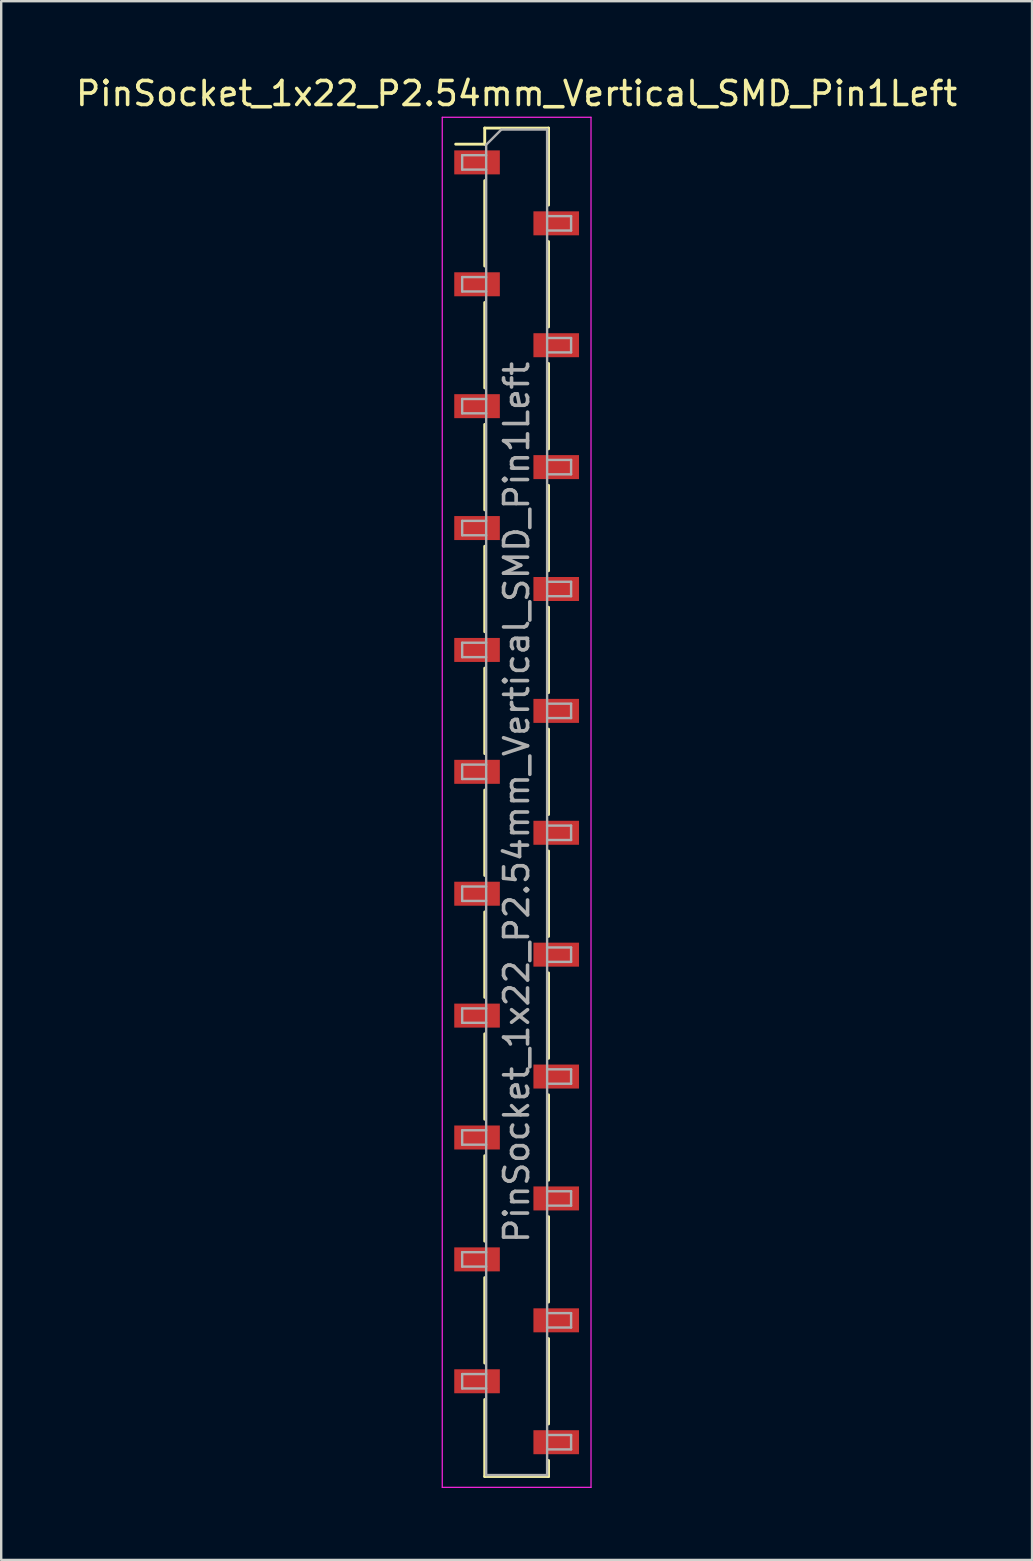
<source format=kicad_pcb>
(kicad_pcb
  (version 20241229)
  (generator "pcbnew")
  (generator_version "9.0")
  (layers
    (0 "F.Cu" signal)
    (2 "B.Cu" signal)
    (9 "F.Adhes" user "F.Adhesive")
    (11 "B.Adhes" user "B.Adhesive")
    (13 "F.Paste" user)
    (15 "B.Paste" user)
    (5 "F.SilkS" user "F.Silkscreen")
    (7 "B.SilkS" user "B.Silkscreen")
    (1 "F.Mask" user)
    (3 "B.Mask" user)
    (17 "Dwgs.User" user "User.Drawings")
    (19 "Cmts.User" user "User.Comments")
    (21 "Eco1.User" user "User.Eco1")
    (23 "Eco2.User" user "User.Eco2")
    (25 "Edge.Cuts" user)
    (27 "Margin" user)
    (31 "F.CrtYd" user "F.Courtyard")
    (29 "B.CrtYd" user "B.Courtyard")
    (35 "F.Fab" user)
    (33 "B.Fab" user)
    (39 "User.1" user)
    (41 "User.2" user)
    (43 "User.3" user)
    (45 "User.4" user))
  (footprint "PinSocket_1x22_P2.54mm_Vertical_SMD_Pin1Left"
    (layer "F.Cu")
    (at 18.482 30.388)
    (property "Reference" "PinSocket_1x22_P2.54mm_Vertical_SMD_Pin1Left" (at 0 -29.54 0) (layer "F.SilkS") (effects (font (size 1 1) (thickness 0.15))))
    (attr smd)
    (fp_line (start -2.54 -27.43) (end -1.33 -27.43) (stroke (width 0.12) (type solid)) (layer "F.SilkS"))
    (fp_line (start -1.33 -28.1) (end -1.33 -27.43) (stroke (width 0.12) (type solid)) (layer "F.SilkS"))
    (fp_line (start -1.33 -28.1) (end 1.33 -28.1) (stroke (width 0.12) (type solid)) (layer "F.SilkS"))
    (fp_line (start -1.33 -25.91) (end -1.33 -22.35) (stroke (width 0.12) (type solid)) (layer "F.SilkS"))
    (fp_line (start -1.33 -20.83) (end -1.33 -17.27) (stroke (width 0.12) (type solid)) (layer "F.SilkS"))
    (fp_line (start -1.33 -15.75) (end -1.33 -12.19) (stroke (width 0.12) (type solid)) (layer "F.SilkS"))
    (fp_line (start -1.33 -10.67) (end -1.33 -7.11) (stroke (width 0.12) (type solid)) (layer "F.SilkS"))
    (fp_line (start -1.33 -5.59) (end -1.33 -2.03) (stroke (width 0.12) (type solid)) (layer "F.SilkS"))
    (fp_line (start -1.33 -0.51) (end -1.33 3.05) (stroke (width 0.12) (type solid)) (layer "F.SilkS"))
    (fp_line (start -1.33 4.57) (end -1.33 8.13) (stroke (width 0.12) (type solid)) (layer "F.SilkS"))
    (fp_line (start -1.33 9.65) (end -1.33 13.21) (stroke (width 0.12) (type solid)) (layer "F.SilkS"))
    (fp_line (start -1.33 14.73) (end -1.33 18.29) (stroke (width 0.12) (type solid)) (layer "F.SilkS"))
    (fp_line (start -1.33 19.81) (end -1.33 23.37) (stroke (width 0.12) (type solid)) (layer "F.SilkS"))
    (fp_line (start -1.33 24.89) (end -1.33 28.1) (stroke (width 0.12) (type solid)) (layer "F.SilkS"))
    (fp_line (start -1.33 28.1) (end 1.33 28.1) (stroke (width 0.12) (type solid)) (layer "F.SilkS"))
    (fp_line (start 1.33 -28.1) (end 1.33 -24.89) (stroke (width 0.12) (type solid)) (layer "F.SilkS"))
    (fp_line (start 1.33 -23.37) (end 1.33 -19.81) (stroke (width 0.12) (type solid)) (layer "F.SilkS"))
    (fp_line (start 1.33 -18.29) (end 1.33 -14.73) (stroke (width 0.12) (type solid)) (layer "F.SilkS"))
    (fp_line (start 1.33 -13.21) (end 1.33 -9.65) (stroke (width 0.12) (type solid)) (layer "F.SilkS"))
    (fp_line (start 1.33 -8.13) (end 1.33 -4.57) (stroke (width 0.12) (type solid)) (layer "F.SilkS"))
    (fp_line (start 1.33 -3.05) (end 1.33 0.51) (stroke (width 0.12) (type solid)) (layer "F.SilkS"))
    (fp_line (start 1.33 2.03) (end 1.33 5.59) (stroke (width 0.12) (type solid)) (layer "F.SilkS"))
    (fp_line (start 1.33 7.11) (end 1.33 10.67) (stroke (width 0.12) (type solid)) (layer "F.SilkS"))
    (fp_line (start 1.33 12.19) (end 1.33 15.75) (stroke (width 0.12) (type solid)) (layer "F.SilkS"))
    (fp_line (start 1.33 17.27) (end 1.33 20.83) (stroke (width 0.12) (type solid)) (layer "F.SilkS"))
    (fp_line (start 1.33 22.35) (end 1.33 25.91) (stroke (width 0.12) (type solid)) (layer "F.SilkS"))
    (fp_line (start 1.33 27.43) (end 1.33 28.1) (stroke (width 0.12) (type solid)) (layer "F.SilkS"))
    (fp_line (start -3.1 -28.55) (end 3.1 -28.55) (stroke (width 0.05) (type solid)) (layer "F.CrtYd"))
    (fp_line (start -3.1 28.55) (end -3.1 -28.55) (stroke (width 0.05) (type solid)) (layer "F.CrtYd"))
    (fp_line (start 3.1 -28.55) (end 3.1 28.55) (stroke (width 0.05) (type solid)) (layer "F.CrtYd"))
    (fp_line (start 3.1 28.55) (end -3.1 28.55) (stroke (width 0.05) (type solid)) (layer "F.CrtYd"))
    (fp_line (start -2.27 -26.97) (end -1.27 -26.97) (stroke (width 0.1) (type solid)) (layer "F.Fab"))
    (fp_line (start -2.27 -26.37) (end -2.27 -26.97) (stroke (width 0.1) (type solid)) (layer "F.Fab"))
    (fp_line (start -2.27 -21.89) (end -1.27 -21.89) (stroke (width 0.1) (type solid)) (layer "F.Fab"))
    (fp_line (start -2.27 -21.29) (end -2.27 -21.89) (stroke (width 0.1) (type solid)) (layer "F.Fab"))
    (fp_line (start -2.27 -16.81) (end -1.27 -16.81) (stroke (width 0.1) (type solid)) (layer "F.Fab"))
    (fp_line (start -2.27 -16.21) (end -2.27 -16.81) (stroke (width 0.1) (type solid)) (layer "F.Fab"))
    (fp_line (start -2.27 -11.73) (end -1.27 -11.73) (stroke (width 0.1) (type solid)) (layer "F.Fab"))
    (fp_line (start -2.27 -11.13) (end -2.27 -11.73) (stroke (width 0.1) (type solid)) (layer "F.Fab"))
    (fp_line (start -2.27 -6.65) (end -1.27 -6.65) (stroke (width 0.1) (type solid)) (layer "F.Fab"))
    (fp_line (start -2.27 -6.05) (end -2.27 -6.65) (stroke (width 0.1) (type solid)) (layer "F.Fab"))
    (fp_line (start -2.27 -1.57) (end -1.27 -1.57) (stroke (width 0.1) (type solid)) (layer "F.Fab"))
    (fp_line (start -2.27 -0.97) (end -2.27 -1.57) (stroke (width 0.1) (type solid)) (layer "F.Fab"))
    (fp_line (start -2.27 3.51) (end -1.27 3.51) (stroke (width 0.1) (type solid)) (layer "F.Fab"))
    (fp_line (start -2.27 4.11) (end -2.27 3.51) (stroke (width 0.1) (type solid)) (layer "F.Fab"))
    (fp_line (start -2.27 8.59) (end -1.27 8.59) (stroke (width 0.1) (type solid)) (layer "F.Fab"))
    (fp_line (start -2.27 9.19) (end -2.27 8.59) (stroke (width 0.1) (type solid)) (layer "F.Fab"))
    (fp_line (start -2.27 13.67) (end -1.27 13.67) (stroke (width 0.1) (type solid)) (layer "F.Fab"))
    (fp_line (start -2.27 14.27) (end -2.27 13.67) (stroke (width 0.1) (type solid)) (layer "F.Fab"))
    (fp_line (start -2.27 18.75) (end -1.27 18.75) (stroke (width 0.1) (type solid)) (layer "F.Fab"))
    (fp_line (start -2.27 19.35) (end -2.27 18.75) (stroke (width 0.1) (type solid)) (layer "F.Fab"))
    (fp_line (start -2.27 23.83) (end -1.27 23.83) (stroke (width 0.1) (type solid)) (layer "F.Fab"))
    (fp_line (start -2.27 24.43) (end -2.27 23.83) (stroke (width 0.1) (type solid)) (layer "F.Fab"))
    (fp_line (start -1.27 -27.405) (end -0.635 -28.04) (stroke (width 0.1) (type solid)) (layer "F.Fab"))
    (fp_line (start -1.27 -26.37) (end -2.27 -26.37) (stroke (width 0.1) (type solid)) (layer "F.Fab"))
    (fp_line (start -1.27 -21.29) (end -2.27 -21.29) (stroke (width 0.1) (type solid)) (layer "F.Fab"))
    (fp_line (start -1.27 -16.21) (end -2.27 -16.21) (stroke (width 0.1) (type solid)) (layer "F.Fab"))
    (fp_line (start -1.27 -11.13) (end -2.27 -11.13) (stroke (width 0.1) (type solid)) (layer "F.Fab"))
    (fp_line (start -1.27 -6.05) (end -2.27 -6.05) (stroke (width 0.1) (type solid)) (layer "F.Fab"))
    (fp_line (start -1.27 -0.97) (end -2.27 -0.97) (stroke (width 0.1) (type solid)) (layer "F.Fab"))
    (fp_line (start -1.27 4.11) (end -2.27 4.11) (stroke (width 0.1) (type solid)) (layer "F.Fab"))
    (fp_line (start -1.27 9.19) (end -2.27 9.19) (stroke (width 0.1) (type solid)) (layer "F.Fab"))
    (fp_line (start -1.27 14.27) (end -2.27 14.27) (stroke (width 0.1) (type solid)) (layer "F.Fab"))
    (fp_line (start -1.27 19.35) (end -2.27 19.35) (stroke (width 0.1) (type solid)) (layer "F.Fab"))
    (fp_line (start -1.27 24.43) (end -2.27 24.43) (stroke (width 0.1) (type solid)) (layer "F.Fab"))
    (fp_line (start -1.27 28.04) (end -1.27 -27.405) (stroke (width 0.1) (type solid)) (layer "F.Fab"))
    (fp_line (start -0.635 -28.04) (end 1.27 -28.04) (stroke (width 0.1) (type solid)) (layer "F.Fab"))
    (fp_line (start 1.27 -28.04) (end 1.27 28.04) (stroke (width 0.1) (type solid)) (layer "F.Fab"))
    (fp_line (start 1.27 -24.43) (end 2.27 -24.43) (stroke (width 0.1) (type solid)) (layer "F.Fab"))
    (fp_line (start 1.27 -19.35) (end 2.27 -19.35) (stroke (width 0.1) (type solid)) (layer "F.Fab"))
    (fp_line (start 1.27 -14.27) (end 2.27 -14.27) (stroke (width 0.1) (type solid)) (layer "F.Fab"))
    (fp_line (start 1.27 -9.19) (end 2.27 -9.19) (stroke (width 0.1) (type solid)) (layer "F.Fab"))
    (fp_line (start 1.27 -4.11) (end 2.27 -4.11) (stroke (width 0.1) (type solid)) (layer "F.Fab"))
    (fp_line (start 1.27 0.97) (end 2.27 0.97) (stroke (width 0.1) (type solid)) (layer "F.Fab"))
    (fp_line (start 1.27 6.05) (end 2.27 6.05) (stroke (width 0.1) (type solid)) (layer "F.Fab"))
    (fp_line (start 1.27 11.13) (end 2.27 11.13) (stroke (width 0.1) (type solid)) (layer "F.Fab"))
    (fp_line (start 1.27 16.21) (end 2.27 16.21) (stroke (width 0.1) (type solid)) (layer "F.Fab"))
    (fp_line (start 1.27 21.29) (end 2.27 21.29) (stroke (width 0.1) (type solid)) (layer "F.Fab"))
    (fp_line (start 1.27 26.37) (end 2.27 26.37) (stroke (width 0.1) (type solid)) (layer "F.Fab"))
    (fp_line (start 1.27 28.04) (end -1.27 28.04) (stroke (width 0.1) (type solid)) (layer "F.Fab"))
    (fp_line (start 2.27 -24.43) (end 2.27 -23.83) (stroke (width 0.1) (type solid)) (layer "F.Fab"))
    (fp_line (start 2.27 -23.83) (end 1.27 -23.83) (stroke (width 0.1) (type solid)) (layer "F.Fab"))
    (fp_line (start 2.27 -19.35) (end 2.27 -18.75) (stroke (width 0.1) (type solid)) (layer "F.Fab"))
    (fp_line (start 2.27 -18.75) (end 1.27 -18.75) (stroke (width 0.1) (type solid)) (layer "F.Fab"))
    (fp_line (start 2.27 -14.27) (end 2.27 -13.67) (stroke (width 0.1) (type solid)) (layer "F.Fab"))
    (fp_line (start 2.27 -13.67) (end 1.27 -13.67) (stroke (width 0.1) (type solid)) (layer "F.Fab"))
    (fp_line (start 2.27 -9.19) (end 2.27 -8.59) (stroke (width 0.1) (type solid)) (layer "F.Fab"))
    (fp_line (start 2.27 -8.59) (end 1.27 -8.59) (stroke (width 0.1) (type solid)) (layer "F.Fab"))
    (fp_line (start 2.27 -4.11) (end 2.27 -3.51) (stroke (width 0.1) (type solid)) (layer "F.Fab"))
    (fp_line (start 2.27 -3.51) (end 1.27 -3.51) (stroke (width 0.1) (type solid)) (layer "F.Fab"))
    (fp_line (start 2.27 0.97) (end 2.27 1.57) (stroke (width 0.1) (type solid)) (layer "F.Fab"))
    (fp_line (start 2.27 1.57) (end 1.27 1.57) (stroke (width 0.1) (type solid)) (layer "F.Fab"))
    (fp_line (start 2.27 6.05) (end 2.27 6.65) (stroke (width 0.1) (type solid)) (layer "F.Fab"))
    (fp_line (start 2.27 6.65) (end 1.27 6.65) (stroke (width 0.1) (type solid)) (layer "F.Fab"))
    (fp_line (start 2.27 11.13) (end 2.27 11.73) (stroke (width 0.1) (type solid)) (layer "F.Fab"))
    (fp_line (start 2.27 11.73) (end 1.27 11.73) (stroke (width 0.1) (type solid)) (layer "F.Fab"))
    (fp_line (start 2.27 16.21) (end 2.27 16.81) (stroke (width 0.1) (type solid)) (layer "F.Fab"))
    (fp_line (start 2.27 16.81) (end 1.27 16.81) (stroke (width 0.1) (type solid)) (layer "F.Fab"))
    (fp_line (start 2.27 21.29) (end 2.27 21.89) (stroke (width 0.1) (type solid)) (layer "F.Fab"))
    (fp_line (start 2.27 21.89) (end 1.27 21.89) (stroke (width 0.1) (type solid)) (layer "F.Fab"))
    (fp_line (start 2.27 26.37) (end 2.27 26.97) (stroke (width 0.1) (type solid)) (layer "F.Fab"))
    (fp_line (start 2.27 26.97) (end 1.27 26.97) (stroke (width 0.1) (type solid)) (layer "F.Fab"))
    (fp_text user "${REFERENCE}" (at 0 0 90) (layer "F.Fab") (effects (font (size 1 1) (thickness 0.15))))
    (pad "1" smd rect (at -1.65 -26.67) (size 1.9 1) (layers "F.Cu" "F.Mask" "F.Paste"))
    (pad "2" smd rect (at 1.65 -24.13) (size 1.9 1) (layers "F.Cu" "F.Mask" "F.Paste"))
    (pad "3" smd rect (at -1.65 -21.59) (size 1.9 1) (layers "F.Cu" "F.Mask" "F.Paste"))
    (pad "4" smd rect (at 1.65 -19.05) (size 1.9 1) (layers "F.Cu" "F.Mask" "F.Paste"))
    (pad "5" smd rect (at -1.65 -16.51) (size 1.9 1) (layers "F.Cu" "F.Mask" "F.Paste"))
    (pad "6" smd rect (at 1.65 -13.97) (size 1.9 1) (layers "F.Cu" "F.Mask" "F.Paste"))
    (pad "7" smd rect (at -1.65 -11.43) (size 1.9 1) (layers "F.Cu" "F.Mask" "F.Paste"))
    (pad "8" smd rect (at 1.65 -8.89) (size 1.9 1) (layers "F.Cu" "F.Mask" "F.Paste"))
    (pad "9" smd rect (at -1.65 -6.35) (size 1.9 1) (layers "F.Cu" "F.Mask" "F.Paste"))
    (pad "10" smd rect (at 1.65 -3.81) (size 1.9 1) (layers "F.Cu" "F.Mask" "F.Paste"))
    (pad "11" smd rect (at -1.65 -1.27) (size 1.9 1) (layers "F.Cu" "F.Mask" "F.Paste"))
    (pad "12" smd rect (at 1.65 1.27) (size 1.9 1) (layers "F.Cu" "F.Mask" "F.Paste"))
    (pad "13" smd rect (at -1.65 3.81) (size 1.9 1) (layers "F.Cu" "F.Mask" "F.Paste"))
    (pad "14" smd rect (at 1.65 6.35) (size 1.9 1) (layers "F.Cu" "F.Mask" "F.Paste"))
    (pad "15" smd rect (at -1.65 8.89) (size 1.9 1) (layers "F.Cu" "F.Mask" "F.Paste"))
    (pad "16" smd rect (at 1.65 11.43) (size 1.9 1) (layers "F.Cu" "F.Mask" "F.Paste"))
    (pad "17" smd rect (at -1.65 13.97) (size 1.9 1) (layers "F.Cu" "F.Mask" "F.Paste"))
    (pad "18" smd rect (at 1.65 16.51) (size 1.9 1) (layers "F.Cu" "F.Mask" "F.Paste"))
    (pad "19" smd rect (at -1.65 19.05) (size 1.9 1) (layers "F.Cu" "F.Mask" "F.Paste"))
    (pad "20" smd rect (at 1.65 21.59) (size 1.9 1) (layers "F.Cu" "F.Mask" "F.Paste"))
    (pad "21" smd rect (at -1.65 24.13) (size 1.9 1) (layers "F.Cu" "F.Mask" "F.Paste"))
    (pad "22" smd rect (at 1.65 26.67) (size 1.9 1) (layers "F.Cu" "F.Mask" "F.Paste")))
  (gr_rect
    (start -3 -3)
    (end 39.964 61.963)
    (stroke (width 0.1) (type default))
    (fill no)
    (layer "Edge.Cuts")))
</source>
